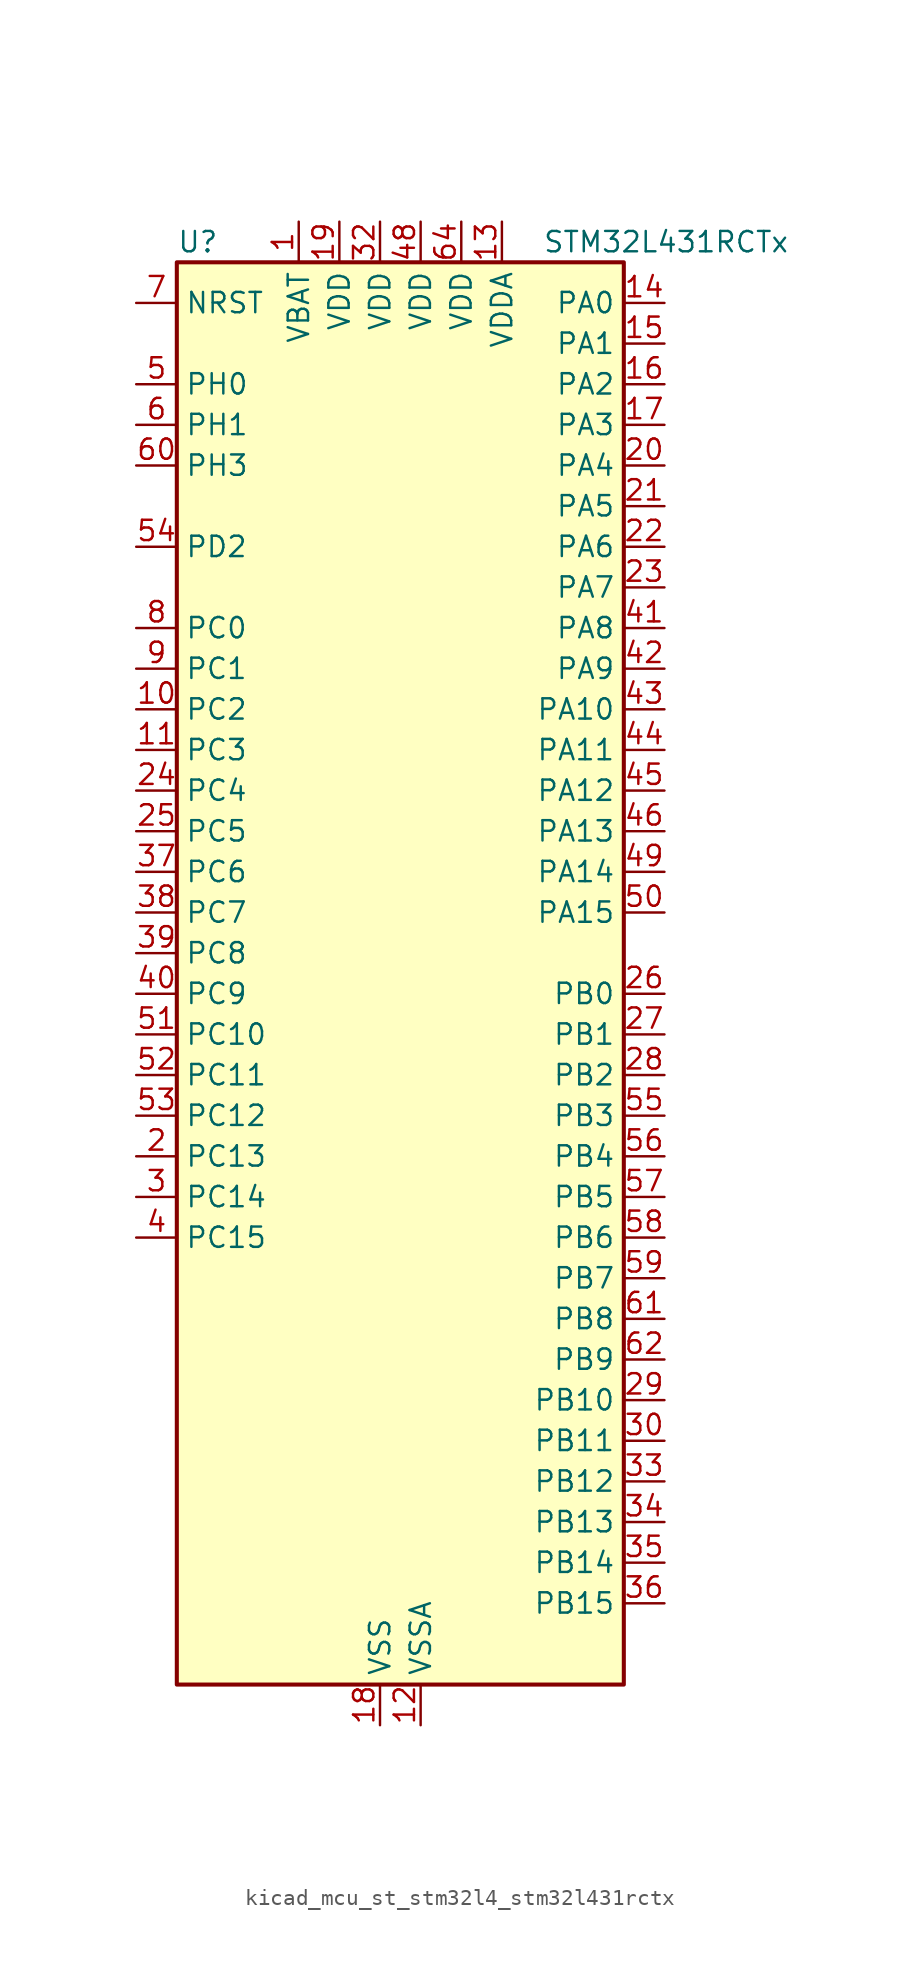
<source format=kicad_sym>
(kicad_symbol_lib
  (version 20220914)
  (generator kicad_symbol_editor)
  (symbol "kicad_mcu_st_stm32l4_stm32l431rctx"
    (property "Reference" "U"
      (at -12.7 46.99 0)
      (effects (font (size 1.27 1.27)) (justify left)))
    (property "Value" "STM32L431RCTx"
      (at 10.16 46.99 0)
      (effects (font (size 1.27 1.27)) (justify left)))
    (property "ki_locked" ""
      (at 0 0 0)
      (effects (font (size 1.27 1.27))))
    (symbol "kicad_mcu_st_stm32l4_stm32l431rctx_0_1"
      (rectangle (start -12.7 -43.18) (end 15.24 45.72) (stroke (width 0.254) (type default)) (fill (type background))))
    (symbol "kicad_mcu_st_stm32l4_stm32l431rctx_1_1"
      (pin power_in line (at -5.08 48.26 270) (length 2.54) (name "VBAT" (effects (font (size 1.27 1.27)))) (number "1" (effects (font (size 1.27 1.27)))))
      (pin bidirectional line (at -15.24 17.78 0) (length 2.54) (name "PC2" (effects (font (size 1.27 1.27)))) (number "10" (effects (font (size 1.27 1.27)))) (alternate "ADC1_IN3" bidirectional line) (alternate "LPTIM1_IN2" bidirectional line) (alternate "SPI2_MISO" bidirectional line))
      (pin bidirectional line (at -15.24 15.24 0) (length 2.54) (name "PC3" (effects (font (size 1.27 1.27)))) (number "11" (effects (font (size 1.27 1.27)))) (alternate "ADC1_IN4" bidirectional line) (alternate "LPTIM1_ETR" bidirectional line) (alternate "LPTIM2_ETR" bidirectional line) (alternate "SAI1_SD_A" bidirectional line) (alternate "SPI2_MOSI" bidirectional line))
      (pin power_in line (at 2.54 -45.72 90) (length 2.54) (name "VSSA" (effects (font (size 1.27 1.27)))) (number "12" (effects (font (size 1.27 1.27)))))
      (pin power_in line (at 7.62 48.26 270) (length 2.54) (name "VDDA" (effects (font (size 1.27 1.27)))) (number "13" (effects (font (size 1.27 1.27)))))
      (pin bidirectional line (at 17.78 43.18 180) (length 2.54) (name "PA0" (effects (font (size 1.27 1.27)))) (number "14" (effects (font (size 1.27 1.27)))) (alternate "ADC1_IN5" bidirectional line) (alternate "COMP1_INM" bidirectional line) (alternate "COMP1_OUT" bidirectional line) (alternate "OPAMP1_VINP" bidirectional line) (alternate "RTC_TAMP2" bidirectional line) (alternate "SAI1_EXTCLK" bidirectional line) (alternate "SYS_WKUP1" bidirectional line) (alternate "TIM2_CH1" bidirectional line) (alternate "TIM2_ETR" bidirectional line) (alternate "USART2_CTS" bidirectional line))
      (pin bidirectional line (at 17.78 40.64 180) (length 2.54) (name "PA1" (effects (font (size 1.27 1.27)))) (number "15" (effects (font (size 1.27 1.27)))) (alternate "ADC1_IN6" bidirectional line) (alternate "COMP1_INP" bidirectional line) (alternate "I2C1_SMBA" bidirectional line) (alternate "OPAMP1_VINM" bidirectional line) (alternate "SPI1_SCK" bidirectional line) (alternate "TIM15_CH1N" bidirectional line) (alternate "TIM2_CH2" bidirectional line) (alternate "USART2_DE" bidirectional line) (alternate "USART2_RTS" bidirectional line))
      (pin bidirectional line (at 17.78 38.1 180) (length 2.54) (name "PA2" (effects (font (size 1.27 1.27)))) (number "16" (effects (font (size 1.27 1.27)))) (alternate "ADC1_IN7" bidirectional line) (alternate "COMP2_INM" bidirectional line) (alternate "COMP2_OUT" bidirectional line) (alternate "LPUART1_TX" bidirectional line) (alternate "QUADSPI_BK1_NCS" bidirectional line) (alternate "RCC_LSCO" bidirectional line) (alternate "SYS_WKUP4" bidirectional line) (alternate "TIM15_CH1" bidirectional line) (alternate "TIM2_CH3" bidirectional line) (alternate "USART2_TX" bidirectional line))
      (pin bidirectional line (at 17.78 35.56 180) (length 2.54) (name "PA3" (effects (font (size 1.27 1.27)))) (number "17" (effects (font (size 1.27 1.27)))) (alternate "ADC1_IN8" bidirectional line) (alternate "COMP2_INP" bidirectional line) (alternate "LPUART1_RX" bidirectional line) (alternate "OPAMP1_VOUT" bidirectional line) (alternate "QUADSPI_CLK" bidirectional line) (alternate "SAI1_MCLK_A" bidirectional line) (alternate "TIM15_CH2" bidirectional line) (alternate "TIM2_CH4" bidirectional line) (alternate "USART2_RX" bidirectional line))
      (pin power_in line (at 0 -45.72 90) (length 2.54) (name "VSS" (effects (font (size 1.27 1.27)))) (number "18" (effects (font (size 1.27 1.27)))))
      (pin power_in line (at -2.54 48.26 270) (length 2.54) (name "VDD" (effects (font (size 1.27 1.27)))) (number "19" (effects (font (size 1.27 1.27)))))
      (pin bidirectional line (at -15.24 -10.16 0) (length 2.54) (name "PC13" (effects (font (size 1.27 1.27)))) (number "2" (effects (font (size 1.27 1.27)))) (alternate "RTC_OUT_ALARM" bidirectional line) (alternate "RTC_OUT_CALIB" bidirectional line) (alternate "RTC_TAMP1" bidirectional line) (alternate "RTC_TS" bidirectional line) (alternate "SYS_WKUP2" bidirectional line))
      (pin bidirectional line (at 17.78 33.02 180) (length 2.54) (name "PA4" (effects (font (size 1.27 1.27)))) (number "20" (effects (font (size 1.27 1.27)))) (alternate "ADC1_IN9" bidirectional line) (alternate "COMP1_INM" bidirectional line) (alternate "COMP2_INM" bidirectional line) (alternate "DAC1_OUT1" bidirectional line) (alternate "LPTIM2_OUT" bidirectional line) (alternate "SAI1_FS_B" bidirectional line) (alternate "SPI1_NSS" bidirectional line) (alternate "SPI3_NSS" bidirectional line) (alternate "USART2_CK" bidirectional line))
      (pin bidirectional line (at 17.78 30.48 180) (length 2.54) (name "PA5" (effects (font (size 1.27 1.27)))) (number "21" (effects (font (size 1.27 1.27)))) (alternate "ADC1_IN10" bidirectional line) (alternate "COMP1_INM" bidirectional line) (alternate "COMP2_INM" bidirectional line) (alternate "DAC1_OUT2" bidirectional line) (alternate "LPTIM2_ETR" bidirectional line) (alternate "SPI1_SCK" bidirectional line) (alternate "TIM2_CH1" bidirectional line) (alternate "TIM2_ETR" bidirectional line))
      (pin bidirectional line (at 17.78 27.94 180) (length 2.54) (name "PA6" (effects (font (size 1.27 1.27)))) (number "22" (effects (font (size 1.27 1.27)))) (alternate "ADC1_IN11" bidirectional line) (alternate "COMP1_OUT" bidirectional line) (alternate "LPUART1_CTS" bidirectional line) (alternate "QUADSPI_BK1_IO3" bidirectional line) (alternate "SPI1_MISO" bidirectional line) (alternate "TIM16_CH1" bidirectional line) (alternate "TIM1_BKIN" bidirectional line) (alternate "TIM1_BKIN_COMP2" bidirectional line) (alternate "USART3_CTS" bidirectional line))
      (pin bidirectional line (at 17.78 25.4 180) (length 2.54) (name "PA7" (effects (font (size 1.27 1.27)))) (number "23" (effects (font (size 1.27 1.27)))) (alternate "ADC1_IN12" bidirectional line) (alternate "COMP2_OUT" bidirectional line) (alternate "I2C3_SCL" bidirectional line) (alternate "QUADSPI_BK1_IO2" bidirectional line) (alternate "SPI1_MOSI" bidirectional line) (alternate "TIM1_CH1N" bidirectional line))
      (pin bidirectional line (at -15.24 12.7 0) (length 2.54) (name "PC4" (effects (font (size 1.27 1.27)))) (number "24" (effects (font (size 1.27 1.27)))) (alternate "ADC1_IN13" bidirectional line) (alternate "COMP1_INM" bidirectional line) (alternate "USART3_TX" bidirectional line))
      (pin bidirectional line (at -15.24 10.16 0) (length 2.54) (name "PC5" (effects (font (size 1.27 1.27)))) (number "25" (effects (font (size 1.27 1.27)))) (alternate "ADC1_IN14" bidirectional line) (alternate "COMP1_INP" bidirectional line) (alternate "SYS_WKUP5" bidirectional line) (alternate "USART3_RX" bidirectional line))
      (pin bidirectional line (at 17.78 0 180) (length 2.54) (name "PB0" (effects (font (size 1.27 1.27)))) (number "26" (effects (font (size 1.27 1.27)))) (alternate "ADC1_IN15" bidirectional line) (alternate "COMP1_OUT" bidirectional line) (alternate "QUADSPI_BK1_IO1" bidirectional line) (alternate "SAI1_EXTCLK" bidirectional line) (alternate "SPI1_NSS" bidirectional line) (alternate "TIM1_CH2N" bidirectional line) (alternate "USART3_CK" bidirectional line))
      (pin bidirectional line (at 17.78 -2.54 180) (length 2.54) (name "PB1" (effects (font (size 1.27 1.27)))) (number "27" (effects (font (size 1.27 1.27)))) (alternate "ADC1_IN16" bidirectional line) (alternate "COMP1_INM" bidirectional line) (alternate "LPTIM2_IN1" bidirectional line) (alternate "LPUART1_DE" bidirectional line) (alternate "LPUART1_RTS" bidirectional line) (alternate "QUADSPI_BK1_IO0" bidirectional line) (alternate "TIM1_CH3N" bidirectional line) (alternate "USART3_DE" bidirectional line) (alternate "USART3_RTS" bidirectional line))
      (pin bidirectional line (at 17.78 -5.08 180) (length 2.54) (name "PB2" (effects (font (size 1.27 1.27)))) (number "28" (effects (font (size 1.27 1.27)))) (alternate "COMP1_INP" bidirectional line) (alternate "I2C3_SMBA" bidirectional line) (alternate "LPTIM1_OUT" bidirectional line) (alternate "RTC_OUT_ALARM" bidirectional line) (alternate "RTC_OUT_CALIB" bidirectional line))
      (pin bidirectional line (at 17.78 -25.4 180) (length 2.54) (name "PB10" (effects (font (size 1.27 1.27)))) (number "29" (effects (font (size 1.27 1.27)))) (alternate "COMP1_OUT" bidirectional line) (alternate "I2C2_SCL" bidirectional line) (alternate "LPUART1_RX" bidirectional line) (alternate "QUADSPI_CLK" bidirectional line) (alternate "SAI1_SCK_A" bidirectional line) (alternate "SPI2_SCK" bidirectional line) (alternate "TIM2_CH3" bidirectional line) (alternate "TSC_SYNC" bidirectional line) (alternate "USART3_TX" bidirectional line))
      (pin bidirectional line (at -15.24 -12.7 0) (length 2.54) (name "PC14" (effects (font (size 1.27 1.27)))) (number "3" (effects (font (size 1.27 1.27)))) (alternate "RCC_OSC32_IN" bidirectional line))
      (pin bidirectional line (at 17.78 -27.94 180) (length 2.54) (name "PB11" (effects (font (size 1.27 1.27)))) (number "30" (effects (font (size 1.27 1.27)))) (alternate "ADC1_EXTI11" bidirectional line) (alternate "COMP2_OUT" bidirectional line) (alternate "I2C2_SDA" bidirectional line) (alternate "LPUART1_TX" bidirectional line) (alternate "QUADSPI_BK1_NCS" bidirectional line) (alternate "TIM2_CH4" bidirectional line) (alternate "USART3_RX" bidirectional line))
      (pin passive line (at 0 -45.72 90) (length 2.54) hide (name "VSS" (effects (font (size 1.27 1.27)))) (number "31" (effects (font (size 1.27 1.27)))))
      (pin power_in line (at 0 48.26 270) (length 2.54) (name "VDD" (effects (font (size 1.27 1.27)))) (number "32" (effects (font (size 1.27 1.27)))))
      (pin bidirectional line (at 17.78 -30.48 180) (length 2.54) (name "PB12" (effects (font (size 1.27 1.27)))) (number "33" (effects (font (size 1.27 1.27)))) (alternate "I2C2_SMBA" bidirectional line) (alternate "LPUART1_DE" bidirectional line) (alternate "LPUART1_RTS" bidirectional line) (alternate "SAI1_FS_A" bidirectional line) (alternate "SPI2_NSS" bidirectional line) (alternate "SWPMI1_IO" bidirectional line) (alternate "TIM15_BKIN" bidirectional line) (alternate "TIM1_BKIN" bidirectional line) (alternate "TIM1_BKIN_COMP2" bidirectional line) (alternate "TSC_G1_IO1" bidirectional line) (alternate "USART3_CK" bidirectional line))
      (pin bidirectional line (at 17.78 -33.02 180) (length 2.54) (name "PB13" (effects (font (size 1.27 1.27)))) (number "34" (effects (font (size 1.27 1.27)))) (alternate "I2C2_SCL" bidirectional line) (alternate "LPUART1_CTS" bidirectional line) (alternate "SAI1_SCK_A" bidirectional line) (alternate "SPI2_SCK" bidirectional line) (alternate "SWPMI1_TX" bidirectional line) (alternate "TIM15_CH1N" bidirectional line) (alternate "TIM1_CH1N" bidirectional line) (alternate "TSC_G1_IO2" bidirectional line) (alternate "USART3_CTS" bidirectional line))
      (pin bidirectional line (at 17.78 -35.56 180) (length 2.54) (name "PB14" (effects (font (size 1.27 1.27)))) (number "35" (effects (font (size 1.27 1.27)))) (alternate "I2C2_SDA" bidirectional line) (alternate "SAI1_MCLK_A" bidirectional line) (alternate "SPI2_MISO" bidirectional line) (alternate "SWPMI1_RX" bidirectional line) (alternate "TIM15_CH1" bidirectional line) (alternate "TIM1_CH2N" bidirectional line) (alternate "TSC_G1_IO3" bidirectional line) (alternate "USART3_DE" bidirectional line) (alternate "USART3_RTS" bidirectional line))
      (pin bidirectional line (at 17.78 -38.1 180) (length 2.54) (name "PB15" (effects (font (size 1.27 1.27)))) (number "36" (effects (font (size 1.27 1.27)))) (alternate "ADC1_EXTI15" bidirectional line) (alternate "RTC_REFIN" bidirectional line) (alternate "SAI1_SD_A" bidirectional line) (alternate "SPI2_MOSI" bidirectional line) (alternate "SWPMI1_SUSPEND" bidirectional line) (alternate "TIM15_CH2" bidirectional line) (alternate "TIM1_CH3N" bidirectional line) (alternate "TSC_G1_IO4" bidirectional line))
      (pin bidirectional line (at -15.24 7.62 0) (length 2.54) (name "PC6" (effects (font (size 1.27 1.27)))) (number "37" (effects (font (size 1.27 1.27)))) (alternate "SDMMC1_D6" bidirectional line) (alternate "TSC_G4_IO1" bidirectional line))
      (pin bidirectional line (at -15.24 5.08 0) (length 2.54) (name "PC7" (effects (font (size 1.27 1.27)))) (number "38" (effects (font (size 1.27 1.27)))) (alternate "SDMMC1_D7" bidirectional line) (alternate "TSC_G4_IO2" bidirectional line))
      (pin bidirectional line (at -15.24 2.54 0) (length 2.54) (name "PC8" (effects (font (size 1.27 1.27)))) (number "39" (effects (font (size 1.27 1.27)))) (alternate "SDMMC1_D0" bidirectional line) (alternate "TSC_G4_IO3" bidirectional line))
      (pin bidirectional line (at -15.24 -15.24 0) (length 2.54) (name "PC15" (effects (font (size 1.27 1.27)))) (number "4" (effects (font (size 1.27 1.27)))) (alternate "ADC1_EXTI15" bidirectional line) (alternate "RCC_OSC32_OUT" bidirectional line))
      (pin bidirectional line (at -15.24 0 0) (length 2.54) (name "PC9" (effects (font (size 1.27 1.27)))) (number "40" (effects (font (size 1.27 1.27)))) (alternate "DAC1_EXTI9" bidirectional line) (alternate "SDMMC1_D1" bidirectional line) (alternate "TSC_G4_IO4" bidirectional line))
      (pin bidirectional line (at 17.78 22.86 180) (length 2.54) (name "PA8" (effects (font (size 1.27 1.27)))) (number "41" (effects (font (size 1.27 1.27)))) (alternate "LPTIM2_OUT" bidirectional line) (alternate "RCC_MCO" bidirectional line) (alternate "SAI1_SCK_A" bidirectional line) (alternate "SWPMI1_IO" bidirectional line) (alternate "TIM1_CH1" bidirectional line) (alternate "USART1_CK" bidirectional line))
      (pin bidirectional line (at 17.78 20.32 180) (length 2.54) (name "PA9" (effects (font (size 1.27 1.27)))) (number "42" (effects (font (size 1.27 1.27)))) (alternate "DAC1_EXTI9" bidirectional line) (alternate "I2C1_SCL" bidirectional line) (alternate "SAI1_FS_A" bidirectional line) (alternate "TIM15_BKIN" bidirectional line) (alternate "TIM1_CH2" bidirectional line) (alternate "USART1_TX" bidirectional line))
      (pin bidirectional line (at 17.78 17.78 180) (length 2.54) (name "PA10" (effects (font (size 1.27 1.27)))) (number "43" (effects (font (size 1.27 1.27)))) (alternate "I2C1_SDA" bidirectional line) (alternate "SAI1_SD_A" bidirectional line) (alternate "TIM1_CH3" bidirectional line) (alternate "USART1_RX" bidirectional line))
      (pin bidirectional line (at 17.78 15.24 180) (length 2.54) (name "PA11" (effects (font (size 1.27 1.27)))) (number "44" (effects (font (size 1.27 1.27)))) (alternate "ADC1_EXTI11" bidirectional line) (alternate "CAN1_RX" bidirectional line) (alternate "COMP1_OUT" bidirectional line) (alternate "SPI1_MISO" bidirectional line) (alternate "TIM1_BKIN2" bidirectional line) (alternate "TIM1_BKIN2_COMP1" bidirectional line) (alternate "TIM1_CH4" bidirectional line) (alternate "USART1_CTS" bidirectional line))
      (pin bidirectional line (at 17.78 12.7 180) (length 2.54) (name "PA12" (effects (font (size 1.27 1.27)))) (number "45" (effects (font (size 1.27 1.27)))) (alternate "CAN1_TX" bidirectional line) (alternate "SPI1_MOSI" bidirectional line) (alternate "TIM1_ETR" bidirectional line) (alternate "USART1_DE" bidirectional line) (alternate "USART1_RTS" bidirectional line))
      (pin bidirectional line (at 17.78 10.16 180) (length 2.54) (name "PA13" (effects (font (size 1.27 1.27)))) (number "46" (effects (font (size 1.27 1.27)))) (alternate "IR_OUT" bidirectional line) (alternate "SAI1_SD_B" bidirectional line) (alternate "SWPMI1_TX" bidirectional line) (alternate "SYS_JTMS-SWDIO" bidirectional line))
      (pin passive line (at 0 -45.72 90) (length 2.54) hide (name "VSS" (effects (font (size 1.27 1.27)))) (number "47" (effects (font (size 1.27 1.27)))))
      (pin power_in line (at 2.54 48.26 270) (length 2.54) (name "VDD" (effects (font (size 1.27 1.27)))) (number "48" (effects (font (size 1.27 1.27)))))
      (pin bidirectional line (at 17.78 7.62 180) (length 2.54) (name "PA14" (effects (font (size 1.27 1.27)))) (number "49" (effects (font (size 1.27 1.27)))) (alternate "I2C1_SMBA" bidirectional line) (alternate "LPTIM1_OUT" bidirectional line) (alternate "SAI1_FS_B" bidirectional line) (alternate "SWPMI1_RX" bidirectional line) (alternate "SYS_JTCK-SWCLK" bidirectional line))
      (pin bidirectional line (at -15.24 38.1 0) (length 2.54) (name "PH0" (effects (font (size 1.27 1.27)))) (number "5" (effects (font (size 1.27 1.27)))) (alternate "RCC_OSC_IN" bidirectional line))
      (pin bidirectional line (at 17.78 5.08 180) (length 2.54) (name "PA15" (effects (font (size 1.27 1.27)))) (number "50" (effects (font (size 1.27 1.27)))) (alternate "ADC1_EXTI15" bidirectional line) (alternate "SPI1_NSS" bidirectional line) (alternate "SPI3_NSS" bidirectional line) (alternate "SWPMI1_SUSPEND" bidirectional line) (alternate "SYS_JTDI" bidirectional line) (alternate "TIM2_CH1" bidirectional line) (alternate "TIM2_ETR" bidirectional line) (alternate "TSC_G3_IO1" bidirectional line) (alternate "USART2_RX" bidirectional line) (alternate "USART3_DE" bidirectional line) (alternate "USART3_RTS" bidirectional line))
      (pin bidirectional line (at -15.24 -2.54 0) (length 2.54) (name "PC10" (effects (font (size 1.27 1.27)))) (number "51" (effects (font (size 1.27 1.27)))) (alternate "SDMMC1_D2" bidirectional line) (alternate "SPI3_SCK" bidirectional line) (alternate "TSC_G3_IO2" bidirectional line) (alternate "USART3_TX" bidirectional line))
      (pin bidirectional line (at -15.24 -5.08 0) (length 2.54) (name "PC11" (effects (font (size 1.27 1.27)))) (number "52" (effects (font (size 1.27 1.27)))) (alternate "ADC1_EXTI11" bidirectional line) (alternate "SDMMC1_D3" bidirectional line) (alternate "SPI3_MISO" bidirectional line) (alternate "TSC_G3_IO3" bidirectional line) (alternate "USART3_RX" bidirectional line))
      (pin bidirectional line (at -15.24 -7.62 0) (length 2.54) (name "PC12" (effects (font (size 1.27 1.27)))) (number "53" (effects (font (size 1.27 1.27)))) (alternate "SDMMC1_CK" bidirectional line) (alternate "SPI3_MOSI" bidirectional line) (alternate "TSC_G3_IO4" bidirectional line) (alternate "USART3_CK" bidirectional line))
      (pin bidirectional line (at -15.24 27.94 0) (length 2.54) (name "PD2" (effects (font (size 1.27 1.27)))) (number "54" (effects (font (size 1.27 1.27)))) (alternate "SDMMC1_CMD" bidirectional line) (alternate "TSC_SYNC" bidirectional line) (alternate "USART3_DE" bidirectional line) (alternate "USART3_RTS" bidirectional line))
      (pin bidirectional line (at 17.78 -7.62 180) (length 2.54) (name "PB3" (effects (font (size 1.27 1.27)))) (number "55" (effects (font (size 1.27 1.27)))) (alternate "COMP2_INM" bidirectional line) (alternate "SAI1_SCK_B" bidirectional line) (alternate "SPI1_SCK" bidirectional line) (alternate "SPI3_SCK" bidirectional line) (alternate "SYS_JTDO-SWO" bidirectional line) (alternate "TIM2_CH2" bidirectional line) (alternate "USART1_DE" bidirectional line) (alternate "USART1_RTS" bidirectional line))
      (pin bidirectional line (at 17.78 -10.16 180) (length 2.54) (name "PB4" (effects (font (size 1.27 1.27)))) (number "56" (effects (font (size 1.27 1.27)))) (alternate "COMP2_INP" bidirectional line) (alternate "I2C3_SDA" bidirectional line) (alternate "SAI1_MCLK_B" bidirectional line) (alternate "SPI1_MISO" bidirectional line) (alternate "SPI3_MISO" bidirectional line) (alternate "SYS_JTRST" bidirectional line) (alternate "TSC_G2_IO1" bidirectional line) (alternate "USART1_CTS" bidirectional line))
      (pin bidirectional line (at 17.78 -12.7 180) (length 2.54) (name "PB5" (effects (font (size 1.27 1.27)))) (number "57" (effects (font (size 1.27 1.27)))) (alternate "COMP2_OUT" bidirectional line) (alternate "I2C1_SMBA" bidirectional line) (alternate "LPTIM1_IN1" bidirectional line) (alternate "SAI1_SD_B" bidirectional line) (alternate "SPI1_MOSI" bidirectional line) (alternate "SPI3_MOSI" bidirectional line) (alternate "TIM16_BKIN" bidirectional line) (alternate "TSC_G2_IO2" bidirectional line) (alternate "USART1_CK" bidirectional line))
      (pin bidirectional line (at 17.78 -15.24 180) (length 2.54) (name "PB6" (effects (font (size 1.27 1.27)))) (number "58" (effects (font (size 1.27 1.27)))) (alternate "COMP2_INP" bidirectional line) (alternate "I2C1_SCL" bidirectional line) (alternate "LPTIM1_ETR" bidirectional line) (alternate "SAI1_FS_B" bidirectional line) (alternate "TIM16_CH1N" bidirectional line) (alternate "TSC_G2_IO3" bidirectional line) (alternate "USART1_TX" bidirectional line))
      (pin bidirectional line (at 17.78 -17.78 180) (length 2.54) (name "PB7" (effects (font (size 1.27 1.27)))) (number "59" (effects (font (size 1.27 1.27)))) (alternate "COMP2_INM" bidirectional line) (alternate "I2C1_SDA" bidirectional line) (alternate "LPTIM1_IN2" bidirectional line) (alternate "SYS_PVD_IN" bidirectional line) (alternate "TSC_G2_IO4" bidirectional line) (alternate "USART1_RX" bidirectional line))
      (pin bidirectional line (at -15.24 35.56 0) (length 2.54) (name "PH1" (effects (font (size 1.27 1.27)))) (number "6" (effects (font (size 1.27 1.27)))) (alternate "RCC_OSC_OUT" bidirectional line))
      (pin bidirectional line (at -15.24 33.02 0) (length 2.54) (name "PH3" (effects (font (size 1.27 1.27)))) (number "60" (effects (font (size 1.27 1.27)))))
      (pin bidirectional line (at 17.78 -20.32 180) (length 2.54) (name "PB8" (effects (font (size 1.27 1.27)))) (number "61" (effects (font (size 1.27 1.27)))) (alternate "CAN1_RX" bidirectional line) (alternate "I2C1_SCL" bidirectional line) (alternate "SAI1_MCLK_A" bidirectional line) (alternate "SDMMC1_D4" bidirectional line) (alternate "TIM16_CH1" bidirectional line))
      (pin bidirectional line (at 17.78 -22.86 180) (length 2.54) (name "PB9" (effects (font (size 1.27 1.27)))) (number "62" (effects (font (size 1.27 1.27)))) (alternate "CAN1_TX" bidirectional line) (alternate "DAC1_EXTI9" bidirectional line) (alternate "I2C1_SDA" bidirectional line) (alternate "IR_OUT" bidirectional line) (alternate "SAI1_FS_A" bidirectional line) (alternate "SDMMC1_D5" bidirectional line) (alternate "SPI2_NSS" bidirectional line))
      (pin passive line (at 0 -45.72 90) (length 2.54) hide (name "VSS" (effects (font (size 1.27 1.27)))) (number "63" (effects (font (size 1.27 1.27)))))
      (pin power_in line (at 5.08 48.26 270) (length 2.54) (name "VDD" (effects (font (size 1.27 1.27)))) (number "64" (effects (font (size 1.27 1.27)))))
      (pin input line (at -15.24 43.18 0) (length 2.54) (name "NRST" (effects (font (size 1.27 1.27)))) (number "7" (effects (font (size 1.27 1.27)))))
      (pin bidirectional line (at -15.24 22.86 0) (length 2.54) (name "PC0" (effects (font (size 1.27 1.27)))) (number "8" (effects (font (size 1.27 1.27)))) (alternate "ADC1_IN1" bidirectional line) (alternate "I2C3_SCL" bidirectional line) (alternate "LPTIM1_IN1" bidirectional line) (alternate "LPTIM2_IN1" bidirectional line) (alternate "LPUART1_RX" bidirectional line))
      (pin bidirectional line (at -15.24 20.32 0) (length 2.54) (name "PC1" (effects (font (size 1.27 1.27)))) (number "9" (effects (font (size 1.27 1.27)))) (alternate "ADC1_IN2" bidirectional line) (alternate "I2C3_SDA" bidirectional line) (alternate "LPTIM1_OUT" bidirectional line) (alternate "LPUART1_TX" bidirectional line)))))
</source>
